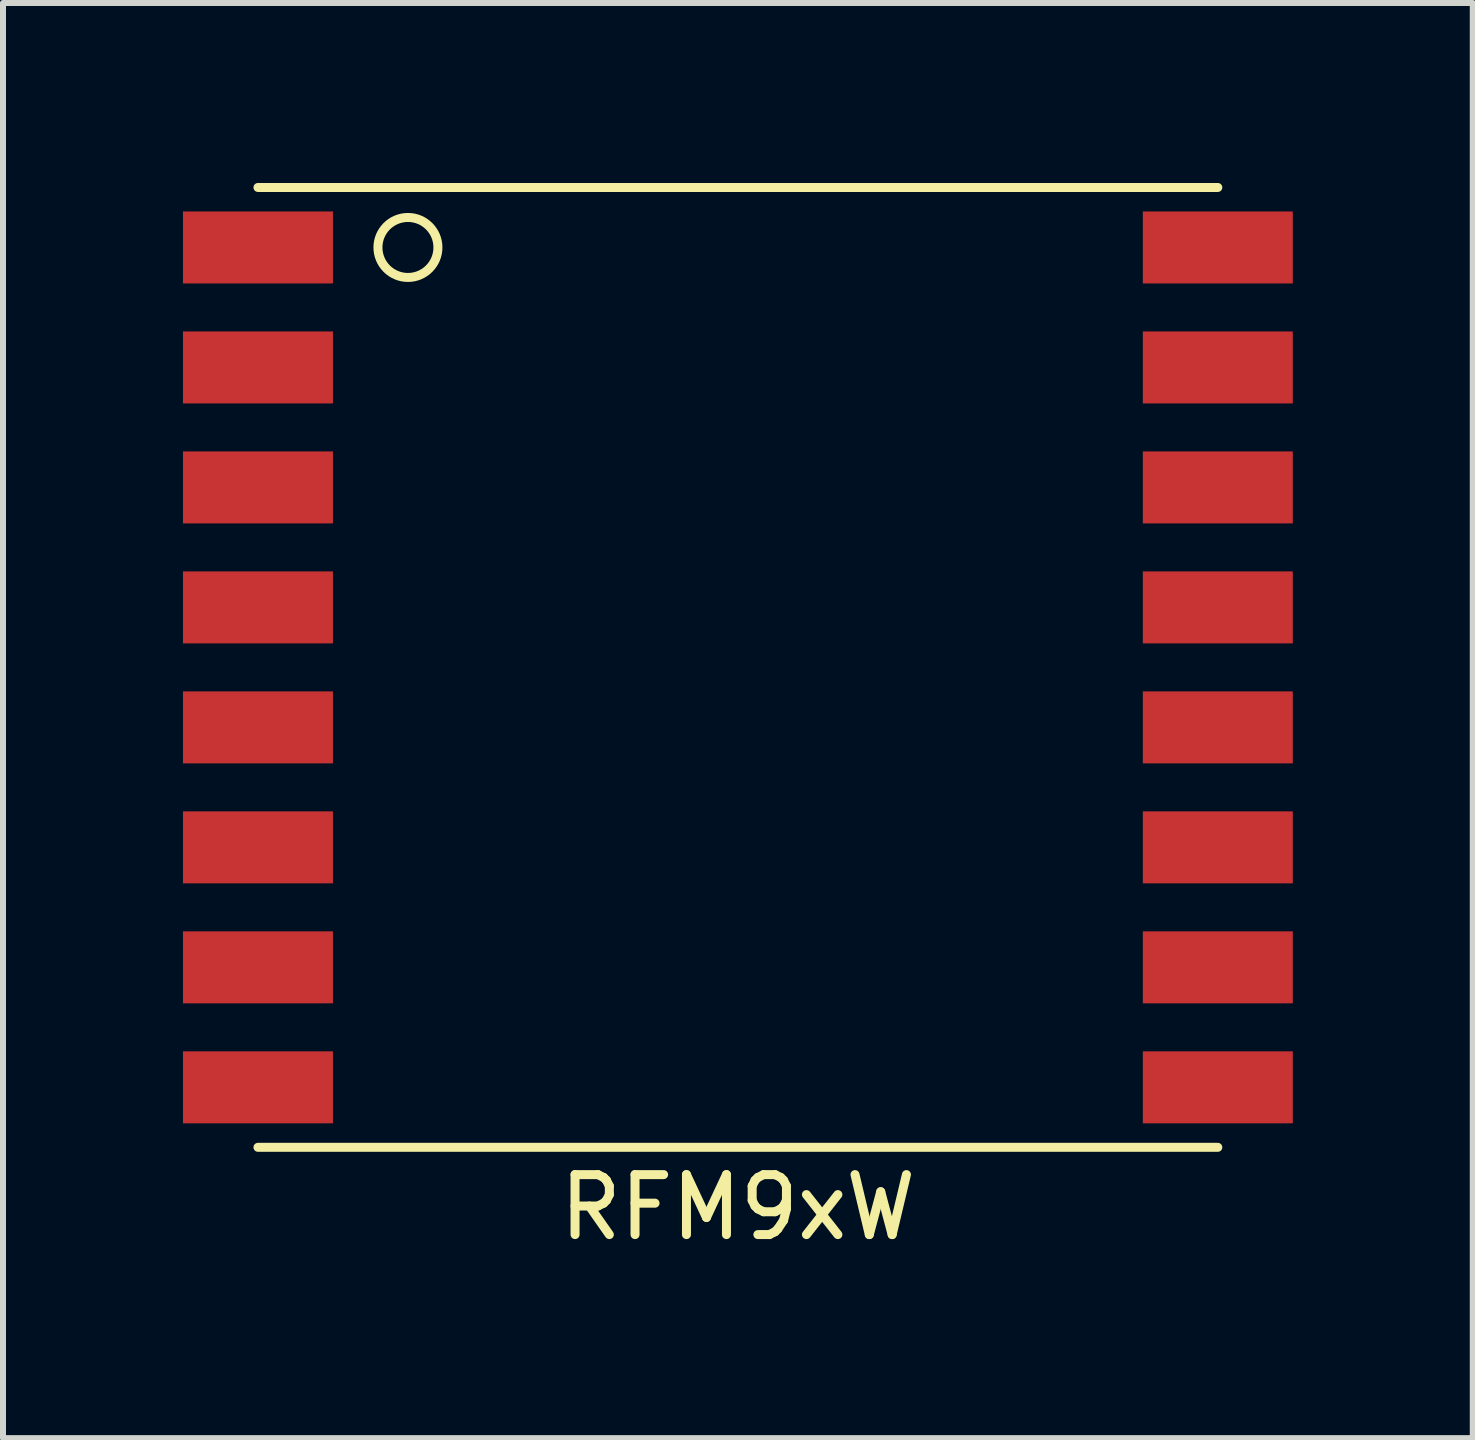
<source format=kicad_pcb>
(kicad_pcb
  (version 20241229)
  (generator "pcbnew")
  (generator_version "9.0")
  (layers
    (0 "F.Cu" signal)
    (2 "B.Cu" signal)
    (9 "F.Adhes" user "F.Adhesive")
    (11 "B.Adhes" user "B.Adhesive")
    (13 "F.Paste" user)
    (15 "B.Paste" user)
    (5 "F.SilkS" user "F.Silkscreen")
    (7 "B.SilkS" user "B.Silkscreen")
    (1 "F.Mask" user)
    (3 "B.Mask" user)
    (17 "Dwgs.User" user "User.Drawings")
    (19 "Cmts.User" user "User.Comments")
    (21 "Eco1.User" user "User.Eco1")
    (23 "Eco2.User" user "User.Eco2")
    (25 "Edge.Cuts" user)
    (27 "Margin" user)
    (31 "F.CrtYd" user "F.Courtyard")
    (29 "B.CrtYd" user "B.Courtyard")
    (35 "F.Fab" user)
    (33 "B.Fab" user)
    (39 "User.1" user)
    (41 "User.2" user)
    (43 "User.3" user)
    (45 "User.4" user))
  (footprint "RFM9xW"
    (layer "F.Cu")
    (at 9.25 8.075)
    (property "Reference" "RFM9xW" (at 0 9 0) (layer "F.SilkS") (effects (font (size 1 1) (thickness 0.15))))
    (attr smd)
    (fp_line (start -8 -8) (end 8 -8) (stroke (width 0.15) (type solid)) (layer "F.SilkS"))
    (fp_line (start -8 8) (end 8 8) (stroke (width 0.15) (type solid)) (layer "F.SilkS"))
    (fp_circle (center -5.5 -7) (end -5.5 -6.5) (stroke (width 0.15) (type solid)) (fill no) (layer "F.SilkS"))
    (pad "1" smd rect (at -8 -7) (size 2.5 1.2) (layers "F.Cu" "F.Mask" "F.Paste"))
    (pad "2" smd rect (at -8 -5) (size 2.5 1.2) (layers "F.Cu" "F.Mask" "F.Paste"))
    (pad "3" smd rect (at -8 -3) (size 2.5 1.2) (layers "F.Cu" "F.Mask" "F.Paste"))
    (pad "4" smd rect (at -8 -1) (size 2.5 1.2) (layers "F.Cu" "F.Mask" "F.Paste"))
    (pad "5" smd rect (at -8 1) (size 2.5 1.2) (layers "F.Cu" "F.Mask" "F.Paste"))
    (pad "6" smd rect (at -8 3) (size 2.5 1.2) (layers "F.Cu" "F.Mask" "F.Paste"))
    (pad "7" smd rect (at -8 5) (size 2.5 1.2) (layers "F.Cu" "F.Mask" "F.Paste"))
    (pad "8" smd rect (at -8 7) (size 2.5 1.2) (layers "F.Cu" "F.Mask" "F.Paste"))
    (pad "9" smd rect (at 8 7) (size 2.5 1.2) (layers "F.Cu" "F.Mask" "F.Paste"))
    (pad "10" smd rect (at 8 5) (size 2.5 1.2) (layers "F.Cu" "F.Mask" "F.Paste"))
    (pad "11" smd rect (at 8 3) (size 2.5 1.2) (layers "F.Cu" "F.Mask" "F.Paste"))
    (pad "12" smd rect (at 8 1) (size 2.5 1.2) (layers "F.Cu" "F.Mask" "F.Paste"))
    (pad "13" smd rect (at 8 -1) (size 2.5 1.2) (layers "F.Cu" "F.Mask" "F.Paste"))
    (pad "14" smd rect (at 8 -3) (size 2.5 1.2) (layers "F.Cu" "F.Mask" "F.Paste"))
    (pad "15" smd rect (at 8 -5) (size 2.5 1.2) (layers "F.Cu" "F.Mask" "F.Paste"))
    (pad "16" smd rect (at 8 -7) (size 2.5 1.2) (layers "F.Cu" "F.Mask" "F.Paste")))
  (gr_rect
    (start -3 -3)
    (end 21.5 20.923)
    (stroke (width 0.1) (type default))
    (fill no)
    (layer "Edge.Cuts")))
</source>
